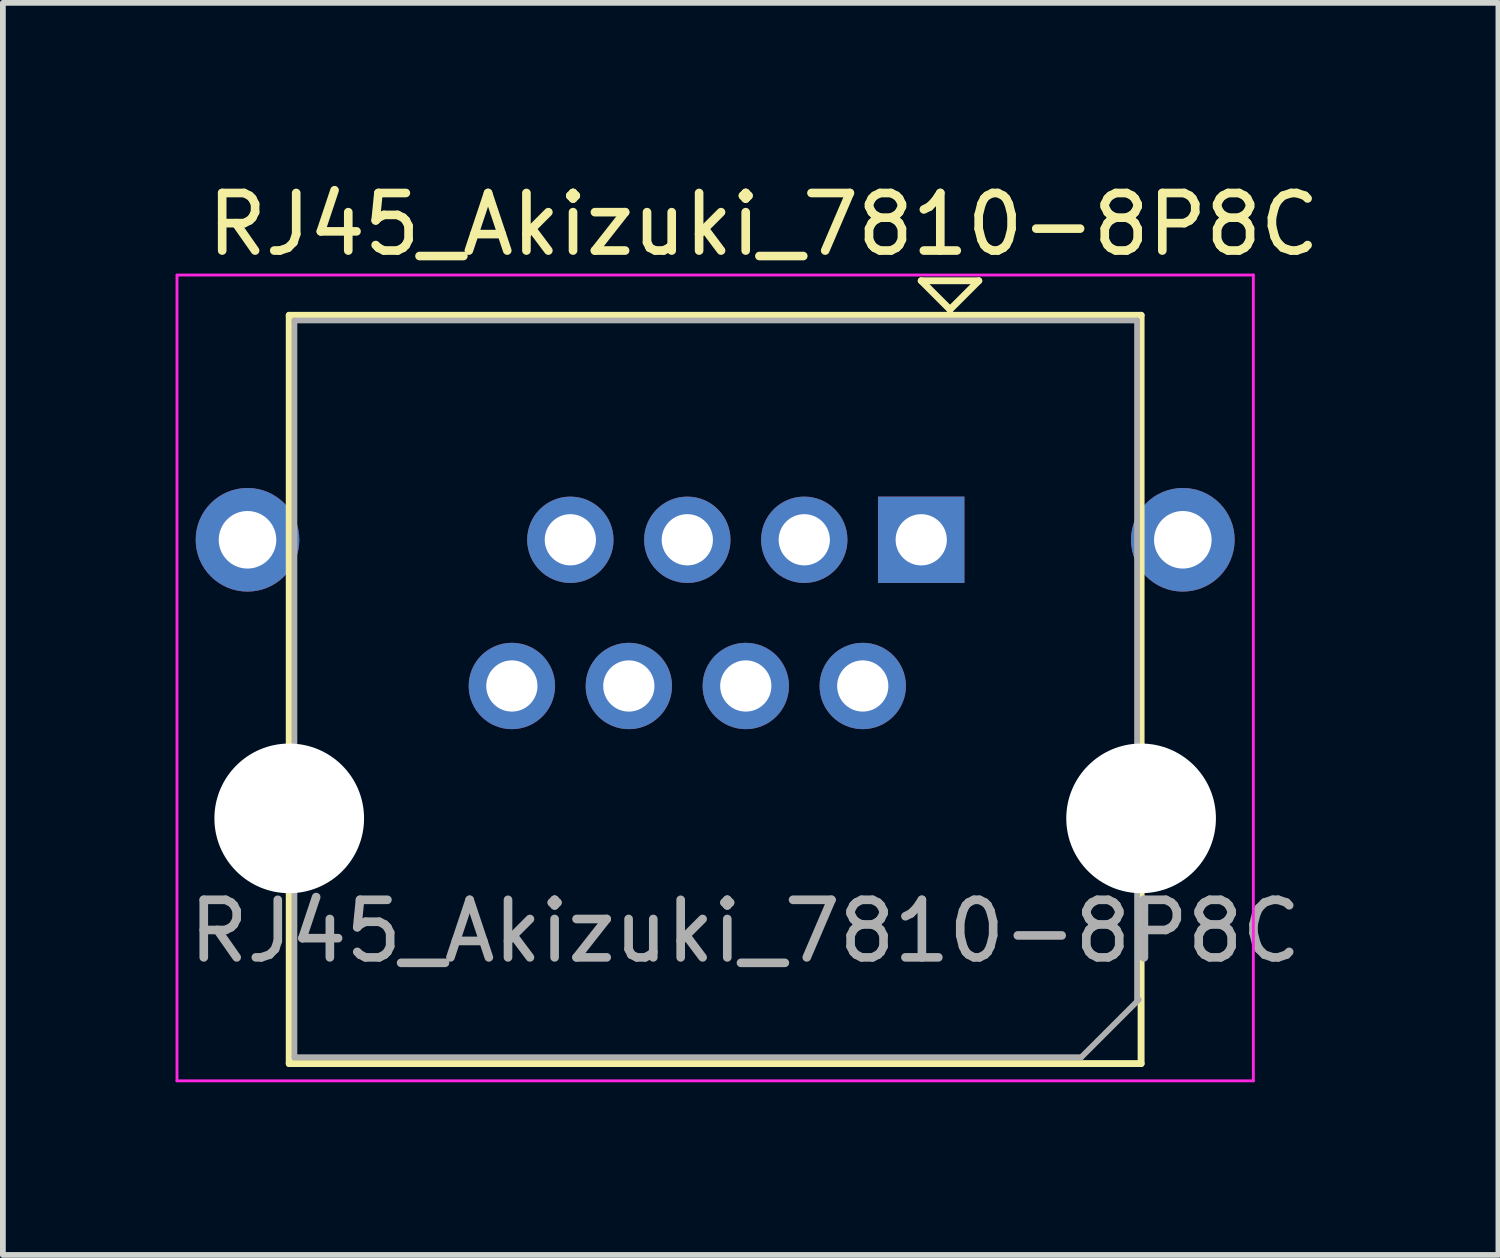
<source format=kicad_pcb>
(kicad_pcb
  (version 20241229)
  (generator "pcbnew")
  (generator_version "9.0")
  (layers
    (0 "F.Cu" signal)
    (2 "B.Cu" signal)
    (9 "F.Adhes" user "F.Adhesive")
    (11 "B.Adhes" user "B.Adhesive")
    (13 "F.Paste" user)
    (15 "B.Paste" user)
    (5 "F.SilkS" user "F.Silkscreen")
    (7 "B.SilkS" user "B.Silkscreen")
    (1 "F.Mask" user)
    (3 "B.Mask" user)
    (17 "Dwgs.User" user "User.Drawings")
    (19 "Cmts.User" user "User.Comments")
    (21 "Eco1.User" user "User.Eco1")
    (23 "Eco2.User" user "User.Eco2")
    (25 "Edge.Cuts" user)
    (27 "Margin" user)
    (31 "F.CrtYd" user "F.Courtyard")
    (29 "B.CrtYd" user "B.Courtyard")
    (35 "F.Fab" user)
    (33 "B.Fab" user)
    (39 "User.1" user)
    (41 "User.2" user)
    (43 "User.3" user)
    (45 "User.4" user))
  (footprint "RJ45_Akizuki_7810-8P8C"
    (layer "F.Cu")
    (at 12.955 6.328)
    (property "Reference" "RJ45_Akizuki_7810-8P8C" (at -2.74 -5.48 180) (layer "F.SilkS") (effects (font (size 1 1) (thickness 0.15))))
    (attr through_hole)
    (fp_line (start -10.98 9.1) (end -10.98 -3.9) (stroke (width 0.12) (type solid)) (layer "F.SilkS"))
    (fp_line (start 0 -4.5) (end 1 -4.5) (stroke (width 0.12) (type solid)) (layer "F.SilkS"))
    (fp_line (start 0.5 -4) (end 0 -4.5) (stroke (width 0.12) (type solid)) (layer "F.SilkS"))
    (fp_line (start 1 -4.5) (end 0.5 -4) (stroke (width 0.12) (type solid)) (layer "F.SilkS"))
    (fp_line (start 3.82 -3.9) (end -10.98 -3.9) (stroke (width 0.12) (type solid)) (layer "F.SilkS"))
    (fp_line (start 3.82 -3.9) (end 3.82 9.1) (stroke (width 0.12) (type solid)) (layer "F.SilkS"))
    (fp_line (start 3.82 9.1) (end -10.98 9.1) (stroke (width 0.12) (type solid)) (layer "F.SilkS"))
    (fp_line (start -12.93 9.4) (end -12.93 -4.59) (stroke (width 0.05) (type solid)) (layer "F.CrtYd"))
    (fp_line (start 5.77 -4.6) (end -12.93 -4.6) (stroke (width 0.05) (type solid)) (layer "F.CrtYd"))
    (fp_line (start 5.77 9.4) (end -12.93 9.4) (stroke (width 0.05) (type solid)) (layer "F.CrtYd"))
    (fp_line (start 5.77 9.4) (end 5.77 -4.6) (stroke (width 0.05) (type solid)) (layer "F.CrtYd"))
    (fp_line (start -10.89 8.99) (end -10.89 -3.81) (stroke (width 0.1) (type solid)) (layer "F.Fab"))
    (fp_line (start 2.78 8.99) (end -10.89 8.99) (stroke (width 0.1) (type solid)) (layer "F.Fab"))
    (fp_line (start 3.75 -3.81) (end -10.89 -3.81) (stroke (width 0.1) (type solid)) (layer "F.Fab"))
    (fp_line (start 3.75 7.99) (end 3.75 -3.81) (stroke (width 0.1) (type solid)) (layer "F.Fab"))
    (fp_line (start 3.78 7.99) (end 2.78 8.99) (stroke (width 0.1) (type solid)) (layer "F.Fab"))
    (fp_text user "${REFERENCE}" (at -3.06 6.8 180) (layer "F.Fab") (effects (font (size 1 1) (thickness 0.15))))
    (pad "" np_thru_hole circle (at -10.98 4.84 180) (size 2.6 2.6) (drill 2.6) (layers "*.Cu" "*.Mask"))
    (pad "" np_thru_hole circle (at 3.82 4.84 180) (size 2.6 2.6) (drill 2.6) (layers "*.Cu" "*.Mask"))
    (pad "1" thru_hole rect (at 0 0) (size 1.5 1.5) (drill 0.89) (layers "*.Cu" "*.Mask"))
    (pad "2" thru_hole circle (at -1.016 2.54) (size 1.5 1.5) (drill 0.89) (layers "*.Cu" "*.Mask"))
    (pad "3" thru_hole circle (at -2.032 0) (size 1.5 1.5) (drill 0.89) (layers "*.Cu" "*.Mask"))
    (pad "4" thru_hole circle (at -3.048 2.54) (size 1.5 1.5) (drill 0.89) (layers "*.Cu" "*.Mask"))
    (pad "5" thru_hole circle (at -4.064 0) (size 1.5 1.5) (drill 0.89) (layers "*.Cu" "*.Mask"))
    (pad "6" thru_hole circle (at -5.08 2.54) (size 1.5 1.5) (drill 0.89) (layers "*.Cu" "*.Mask"))
    (pad "7" thru_hole circle (at -6.096 0) (size 1.5 1.5) (drill 0.89) (layers "*.Cu" "*.Mask"))
    (pad "8" thru_hole circle (at -7.112 2.54) (size 1.5 1.5) (drill 0.89) (layers "*.Cu" "*.Mask"))
    (pad "SH" thru_hole circle (at -11.705 0 180) (size 1.8 1.8) (drill 1) (layers "*.Cu" "*.Mask"))
    (pad "SH" thru_hole circle (at 4.545 0 180) (size 1.8 1.8) (drill 1) (layers "*.Cu" "*.Mask")))
  (gr_rect
    (start -3 -3)
    (end 22.983 18.753)
    (stroke (width 0.1) (type default))
    (fill no)
    (layer "Edge.Cuts")))
</source>
